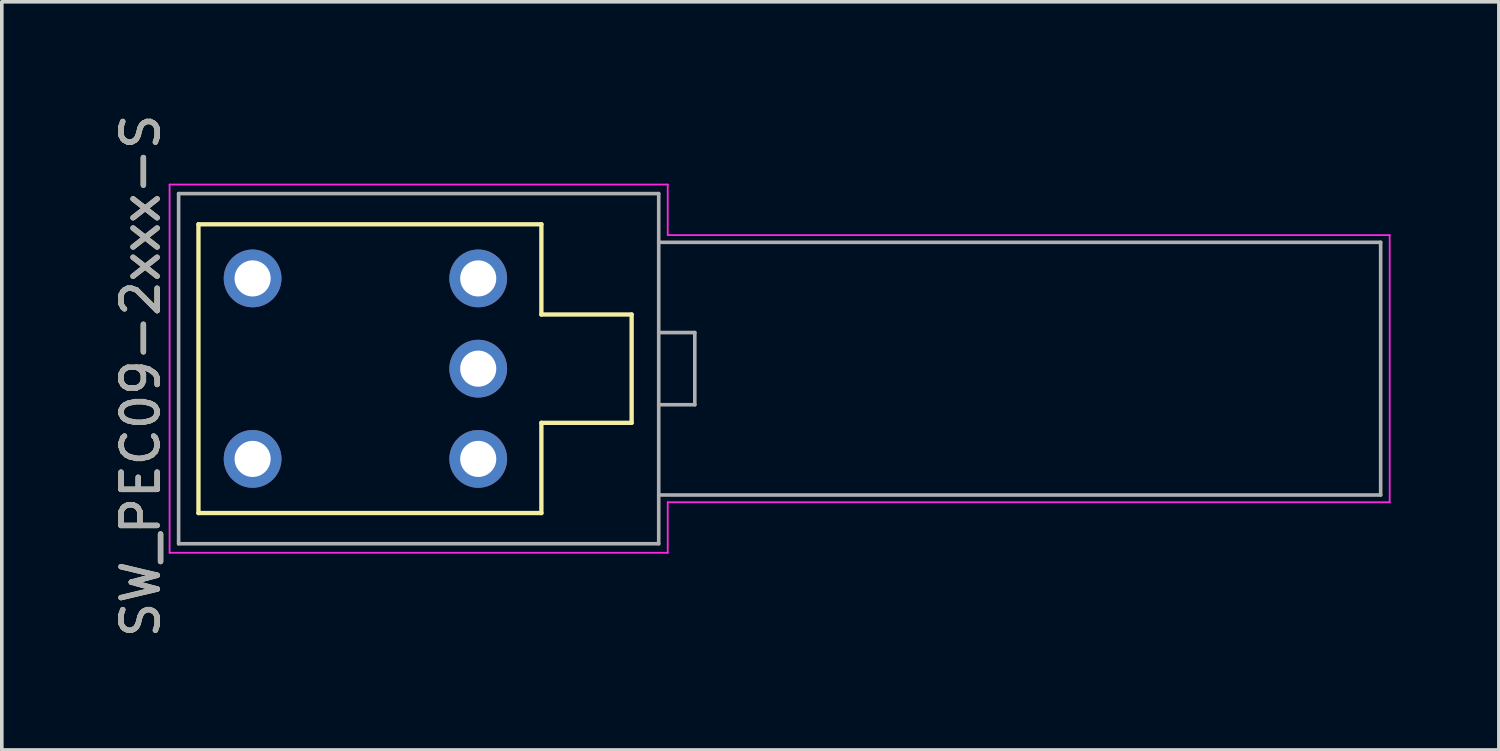
<source format=kicad_pcb>
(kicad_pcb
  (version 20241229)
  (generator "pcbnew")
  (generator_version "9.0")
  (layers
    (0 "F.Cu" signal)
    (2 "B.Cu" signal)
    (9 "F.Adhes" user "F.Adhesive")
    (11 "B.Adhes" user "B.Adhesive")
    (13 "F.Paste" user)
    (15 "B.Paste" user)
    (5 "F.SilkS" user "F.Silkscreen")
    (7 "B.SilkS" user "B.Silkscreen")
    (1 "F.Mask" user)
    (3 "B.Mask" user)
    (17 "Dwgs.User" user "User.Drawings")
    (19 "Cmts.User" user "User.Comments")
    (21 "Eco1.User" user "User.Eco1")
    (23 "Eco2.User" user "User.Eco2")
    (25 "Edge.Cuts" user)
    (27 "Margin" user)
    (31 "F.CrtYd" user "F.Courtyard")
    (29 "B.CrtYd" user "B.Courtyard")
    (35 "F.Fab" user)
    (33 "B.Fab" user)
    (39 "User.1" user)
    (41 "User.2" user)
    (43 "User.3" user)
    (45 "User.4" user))
  (footprint "SW_PEC09-2xxx-S"
    (layer "F.Cu")
    (at 3.948 4.663)
    (property "Reference" "SW_PEC09-2xxx-S" (at -3.1 2.7 90) (layer "F.SilkS") (effects (font (size 1 1) (thickness 0.15))))
    (attr through_hole)
    (fp_line (start -1.5 -1.5) (end 8 -1.5) (stroke (width 0.12) (type solid)) (layer "F.SilkS"))
    (fp_line (start -1.5 6.5) (end -1.5 -1.5) (stroke (width 0.12) (type solid)) (layer "F.SilkS"))
    (fp_line (start 8 -1.5) (end 8 1) (stroke (width 0.12) (type solid)) (layer "F.SilkS"))
    (fp_line (start 8 1) (end 10.5 1) (stroke (width 0.12) (type solid)) (layer "F.SilkS"))
    (fp_line (start 8 4) (end 8 6.5) (stroke (width 0.12) (type solid)) (layer "F.SilkS"))
    (fp_line (start 8 6.5) (end -1.5 6.5) (stroke (width 0.12) (type solid)) (layer "F.SilkS"))
    (fp_line (start 10.5 1) (end 10.5 4) (stroke (width 0.12) (type solid)) (layer "F.SilkS"))
    (fp_line (start 10.5 4) (end 8 4) (stroke (width 0.12) (type solid)) (layer "F.SilkS"))
    (fp_line (start -2.3 -2.6) (end -2.3 7.6) (stroke (width 0.05) (type solid)) (layer "F.CrtYd"))
    (fp_line (start -2.3 7.6) (end 11.5 7.6) (stroke (width 0.05) (type solid)) (layer "F.CrtYd"))
    (fp_line (start 11.5 -2.6) (end -2.3 -2.6) (stroke (width 0.05) (type solid)) (layer "F.CrtYd"))
    (fp_line (start 11.5 -1.2) (end 11.5 -2.6) (stroke (width 0.05) (type solid)) (layer "F.CrtYd"))
    (fp_line (start 11.5 6.2) (end 31.5 6.2) (stroke (width 0.05) (type solid)) (layer "F.CrtYd"))
    (fp_line (start 11.5 7.6) (end 11.5 6.2) (stroke (width 0.05) (type solid)) (layer "F.CrtYd"))
    (fp_line (start 31.5 -1.2) (end 11.5 -1.2) (stroke (width 0.05) (type solid)) (layer "F.CrtYd"))
    (fp_line (start 31.5 6.2) (end 31.5 -1.2) (stroke (width 0.05) (type solid)) (layer "F.CrtYd"))
    (fp_line (start -2.05 -2.35) (end -2.05 7.35) (stroke (width 0.1) (type solid)) (layer "F.Fab"))
    (fp_line (start -2.05 7.35) (end 11.25 7.35) (stroke (width 0.1) (type solid)) (layer "F.Fab"))
    (fp_line (start 11.25 -2.35) (end -2.05 -2.35) (stroke (width 0.1) (type solid)) (layer "F.Fab"))
    (fp_line (start 11.25 1.5) (end 12.25 1.5) (stroke (width 0.1) (type solid)) (layer "F.Fab"))
    (fp_line (start 11.25 6) (end 31.25 6) (stroke (width 0.1) (type solid)) (layer "F.Fab"))
    (fp_line (start 11.25 7.35) (end 11.25 -2.35) (stroke (width 0.1) (type solid)) (layer "F.Fab"))
    (fp_line (start 12.25 1.5) (end 12.25 3.5) (stroke (width 0.1) (type solid)) (layer "F.Fab"))
    (fp_line (start 12.25 3.5) (end 11.25 3.5) (stroke (width 0.1) (type solid)) (layer "F.Fab"))
    (fp_line (start 31.25 -1) (end 11.25 -1) (stroke (width 0.1) (type solid)) (layer "F.Fab"))
    (fp_line (start 31.25 6) (end 31.25 -1) (stroke (width 0.1) (type solid)) (layer "F.Fab"))
    (fp_text user "${REFERENCE}" (at -3.1 2.7 90) (layer "F.Fab") (effects (font (size 1 1) (thickness 0.15))))
    (pad "A" thru_hole circle (at 6.25 5) (size 1.6 1.6) (drill 1) (layers "*.Cu" "*.Paste" "*.Mask"))
    (pad "B" thru_hole circle (at 6.25 0) (size 1.6 1.6) (drill 1) (layers "*.Cu" "*.Paste" "*.Mask"))
    (pad "C" thru_hole circle (at 6.25 2.5) (size 1.6 1.6) (drill 1) (layers "*.Cu" "*.Paste" "*.Mask"))
    (pad "S1" thru_hole circle (at 0 0) (size 1.6 1.6) (drill 1) (layers "*.Cu" "*.Paste" "*.Mask"))
    (pad "S2" thru_hole circle (at 0 5) (size 1.6 1.6) (drill 1) (layers "*.Cu" "*.Paste" "*.Mask")))
  (gr_rect
    (start -3 -3)
    (end 38.473 17.726)
    (stroke (width 0.1) (type default))
    (fill no)
    (layer "Edge.Cuts")))
</source>
